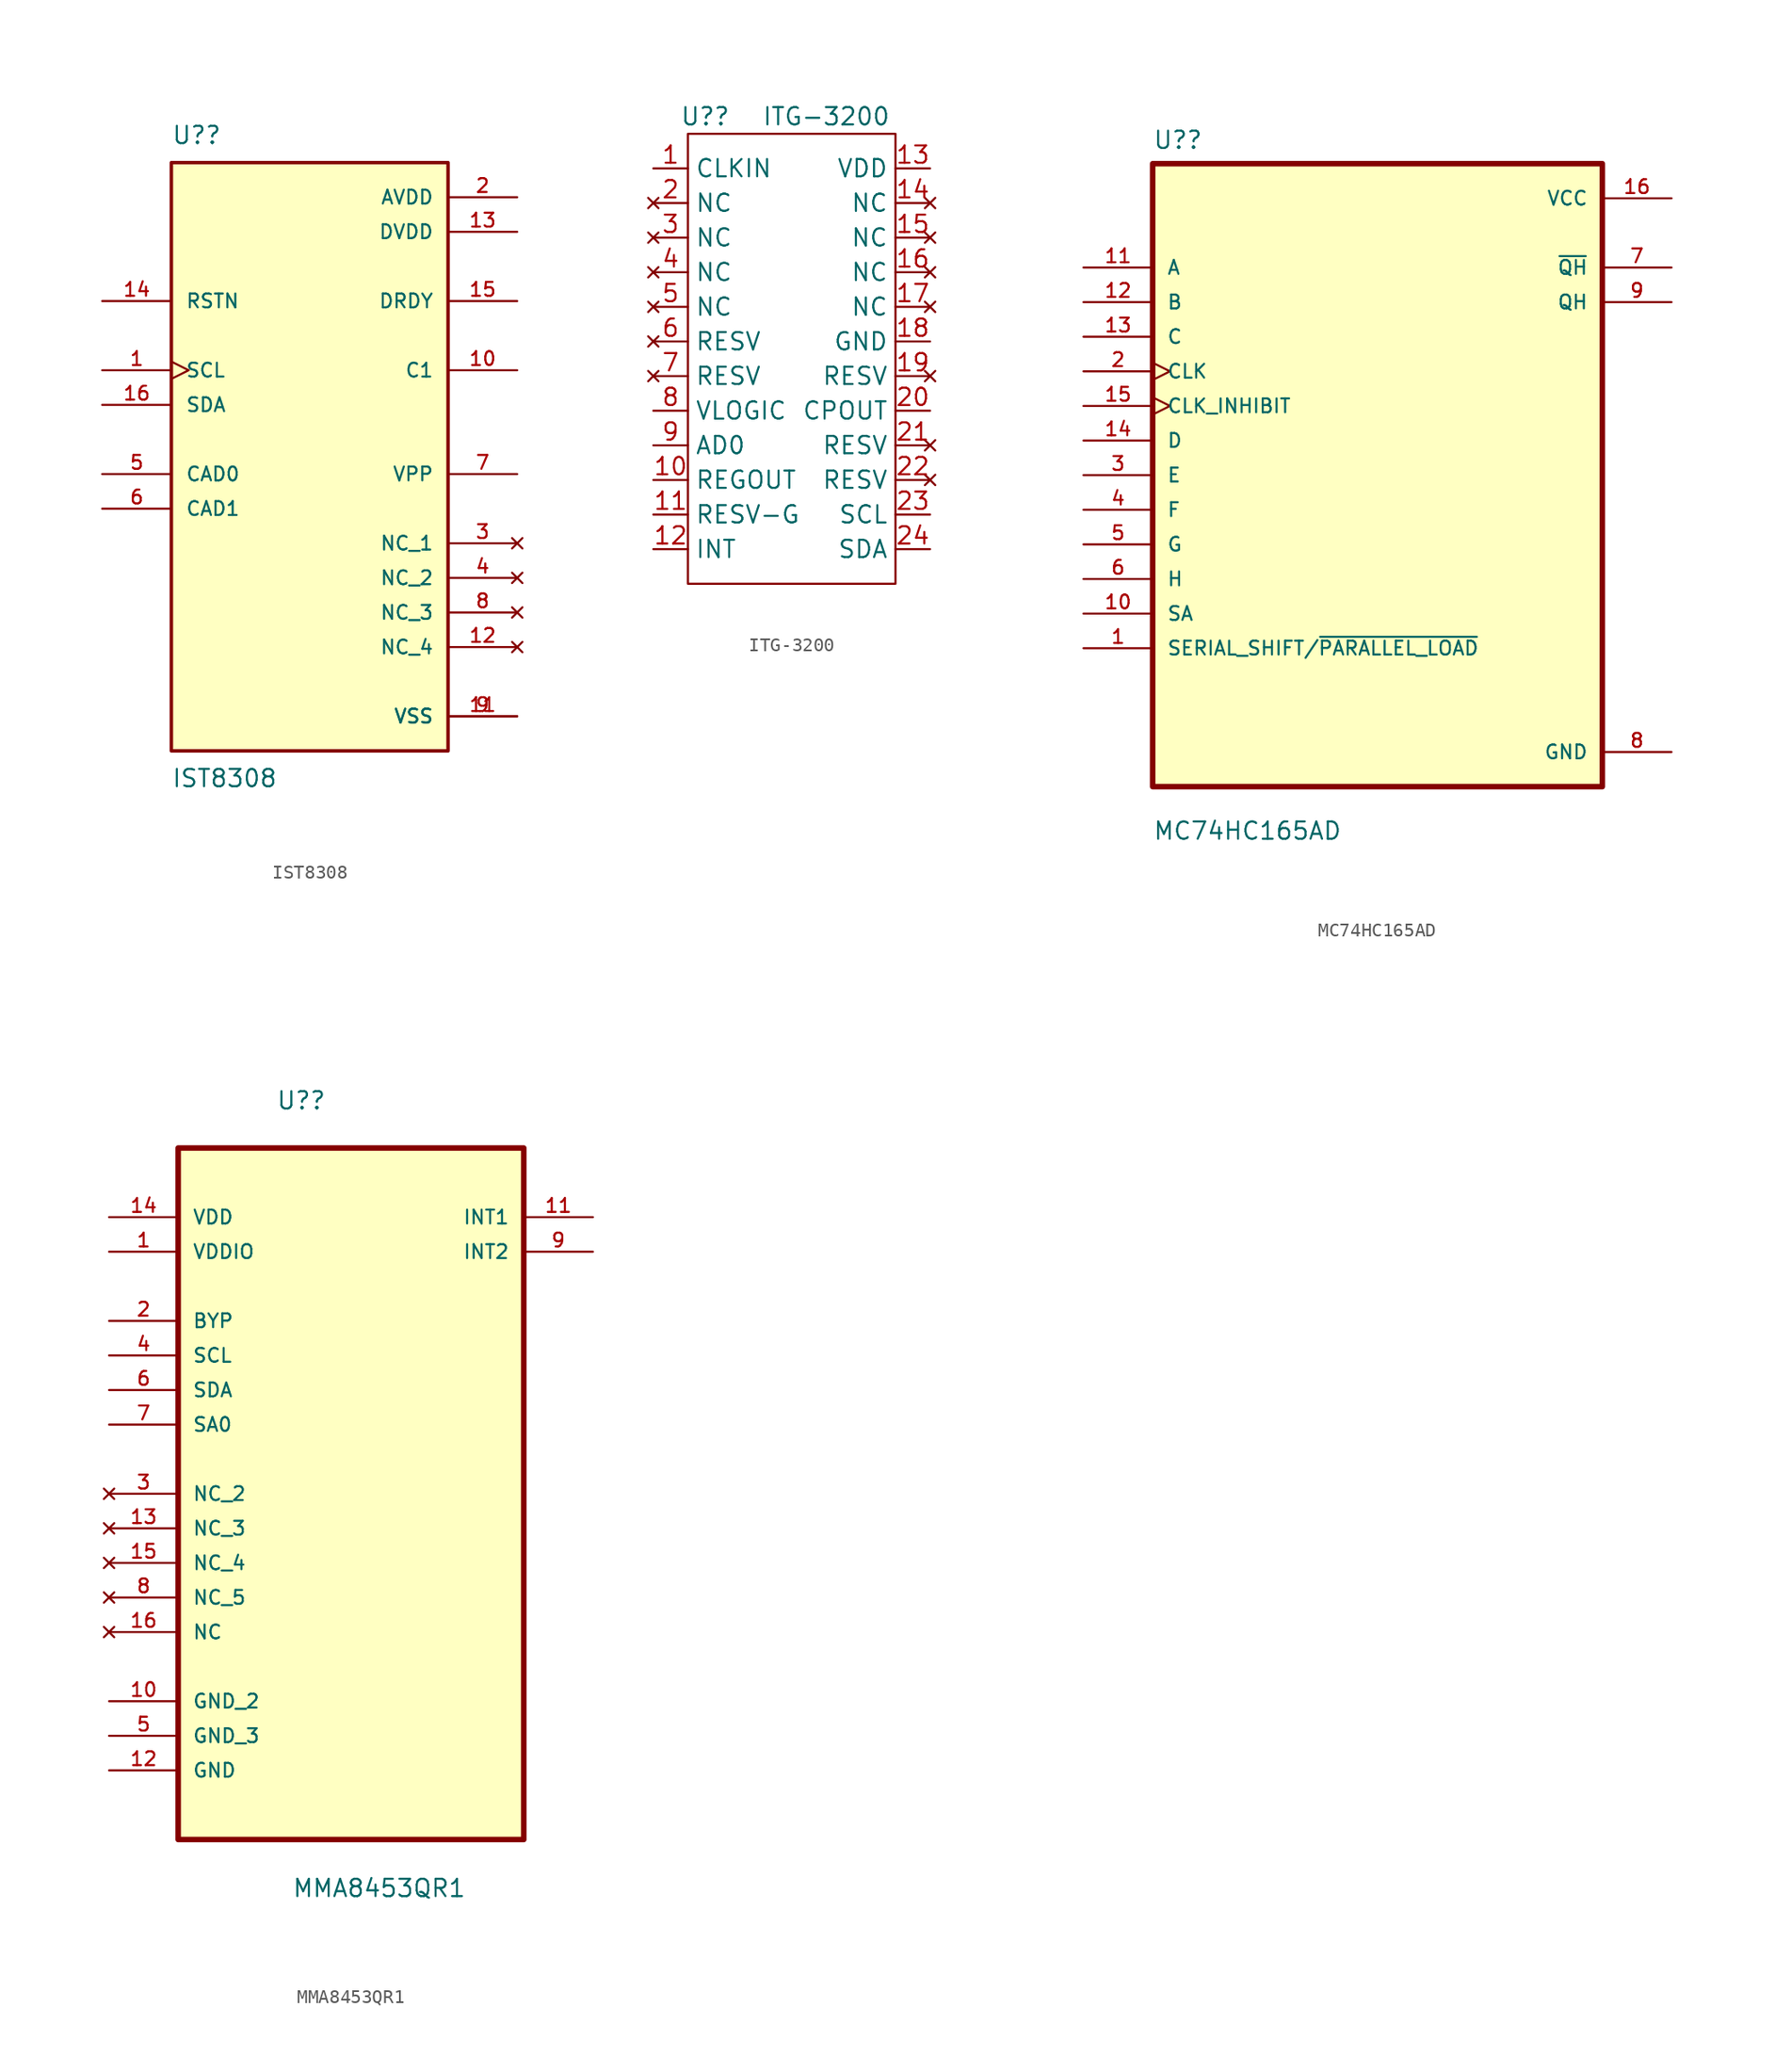
<source format=kicad_sym>
(kicad_symbol_lib
  (version 20220914)
  (generator kicad_symbol_editor)
  (symbol "IST8308"
    (pin_names
      (offset 1.016))
    (property "Reference" "U?"
      (at -10.16 21.59 0)
      (effects (font (size 1.27 1.27)) (justify left bottom)))
    (property "Value" "IST8308"
      (at -10.16 -24.13 0)
      (effects (font (size 1.27 1.27)) (justify left top)))
    (symbol "IST8308_0_0"
      (rectangle (start -10.16 -22.86) (end 10.16 20.32) (stroke (width 0.254) (type default)) (fill (type background)))
      (pin input clock (at -15.24 5.08 0) (length 5.08) (name "SCL" (effects (font (size 1.016 1.016)))) (number "1" (effects (font (size 1.016 1.016)))))
      (pin passive line (at 15.24 5.08 180) (length 5.08) (name "C1" (effects (font (size 1.016 1.016)))) (number "10" (effects (font (size 1.016 1.016)))))
      (pin power_in line (at 15.24 -20.32 180) (length 5.08) (name "VSS" (effects (font (size 1.016 1.016)))) (number "11" (effects (font (size 1.016 1.016)))))
      (pin no_connect line (at 15.24 -15.24 180) (length 5.08) (name "NC_4" (effects (font (size 1.016 1.016)))) (number "12" (effects (font (size 1.016 1.016)))))
      (pin power_in line (at 15.24 15.24 180) (length 5.08) (name "DVDD" (effects (font (size 1.016 1.016)))) (number "13" (effects (font (size 1.016 1.016)))))
      (pin input line (at -15.24 10.16 0) (length 5.08) (name "RSTN" (effects (font (size 1.016 1.016)))) (number "14" (effects (font (size 1.016 1.016)))))
      (pin output line (at 15.24 10.16 180) (length 5.08) (name "DRDY" (effects (font (size 1.016 1.016)))) (number "15" (effects (font (size 1.016 1.016)))))
      (pin bidirectional line (at -15.24 2.54 0) (length 5.08) (name "SDA" (effects (font (size 1.016 1.016)))) (number "16" (effects (font (size 1.016 1.016)))))
      (pin power_in line (at 15.24 17.78 180) (length 5.08) (name "AVDD" (effects (font (size 1.016 1.016)))) (number "2" (effects (font (size 1.016 1.016)))))
      (pin no_connect line (at 15.24 -7.62 180) (length 5.08) (name "NC_1" (effects (font (size 1.016 1.016)))) (number "3" (effects (font (size 1.016 1.016)))))
      (pin no_connect line (at 15.24 -10.16 180) (length 5.08) (name "NC_2" (effects (font (size 1.016 1.016)))) (number "4" (effects (font (size 1.016 1.016)))))
      (pin input line (at -15.24 -2.54 0) (length 5.08) (name "CAD0" (effects (font (size 1.016 1.016)))) (number "5" (effects (font (size 1.016 1.016)))))
      (pin input line (at -15.24 -5.08 0) (length 5.08) (name "CAD1" (effects (font (size 1.016 1.016)))) (number "6" (effects (font (size 1.016 1.016)))))
      (pin passive line (at 15.24 -2.54 180) (length 5.08) (name "VPP" (effects (font (size 1.016 1.016)))) (number "7" (effects (font (size 1.016 1.016)))))
      (pin no_connect line (at 15.24 -12.7 180) (length 5.08) (name "NC_3" (effects (font (size 1.016 1.016)))) (number "8" (effects (font (size 1.016 1.016)))))
      (pin power_in line (at 15.24 -20.32 180) (length 5.08) (name "VSS" (effects (font (size 1.016 1.016)))) (number "9" (effects (font (size 1.016 1.016)))))))
  (symbol "ITG-3200"
    (property "Reference" "U?"
      (at -7.62 7.62 0)
      (effects (font (size 1.27 1.27))))
    (property "Value" "ITG-3200"
      (at 1.27 7.62 0)
      (effects (font (size 1.27 1.27))))
    (symbol "ITG-3200_0_1"
      (rectangle (start -8.89 6.35) (end 6.35 -26.67) (stroke (width 0) (type default)) (fill (type none))))
    (symbol "ITG-3200_1_1"
      (pin input line (at -11.43 3.81 0) (length 2.54) (name "CLKIN" (effects (font (size 1.27 1.27)))) (number "1" (effects (font (size 1.27 1.27)))))
      (pin input line (at -11.43 -19.05 0) (length 2.54) (name "REGOUT" (effects (font (size 1.27 1.27)))) (number "10" (effects (font (size 1.27 1.27)))))
      (pin input line (at -11.43 -21.59 0) (length 2.54) (name "RESV-G" (effects (font (size 1.27 1.27)))) (number "11" (effects (font (size 1.27 1.27)))))
      (pin output line (at -11.43 -24.13 0) (length 2.54) (name "INT" (effects (font (size 1.27 1.27)))) (number "12" (effects (font (size 1.27 1.27)))))
      (pin input line (at 8.89 3.81 180) (length 2.54) (name "VDD" (effects (font (size 1.27 1.27)))) (number "13" (effects (font (size 1.27 1.27)))))
      (pin no_connect line (at 8.89 1.27 180) (length 2.54) (name "NC" (effects (font (size 1.27 1.27)))) (number "14" (effects (font (size 1.27 1.27)))))
      (pin no_connect line (at 8.89 -1.27 180) (length 2.54) (name "NC" (effects (font (size 1.27 1.27)))) (number "15" (effects (font (size 1.27 1.27)))))
      (pin no_connect line (at 8.89 -3.81 180) (length 2.54) (name "NC" (effects (font (size 1.27 1.27)))) (number "16" (effects (font (size 1.27 1.27)))))
      (pin no_connect line (at 8.89 -6.35 180) (length 2.54) (name "NC" (effects (font (size 1.27 1.27)))) (number "17" (effects (font (size 1.27 1.27)))))
      (pin input line (at 8.89 -8.89 180) (length 2.54) (name "GND" (effects (font (size 1.27 1.27)))) (number "18" (effects (font (size 1.27 1.27)))))
      (pin no_connect line (at 8.89 -11.43 180) (length 2.54) (name "RESV" (effects (font (size 1.27 1.27)))) (number "19" (effects (font (size 1.27 1.27)))))
      (pin no_connect line (at -11.43 1.27 0) (length 2.54) (name "NC" (effects (font (size 1.27 1.27)))) (number "2" (effects (font (size 1.27 1.27)))))
      (pin input line (at 8.89 -13.97 180) (length 2.54) (name "CPOUT" (effects (font (size 1.27 1.27)))) (number "20" (effects (font (size 1.27 1.27)))))
      (pin no_connect line (at 8.89 -16.51 180) (length 2.54) (name "RESV" (effects (font (size 1.27 1.27)))) (number "21" (effects (font (size 1.27 1.27)))))
      (pin no_connect line (at 8.89 -19.05 180) (length 2.54) (name "RESV" (effects (font (size 1.27 1.27)))) (number "22" (effects (font (size 1.27 1.27)))))
      (pin input line (at 8.89 -21.59 180) (length 2.54) (name "SCL" (effects (font (size 1.27 1.27)))) (number "23" (effects (font (size 1.27 1.27)))))
      (pin output line (at 8.89 -24.13 180) (length 2.54) (name "SDA" (effects (font (size 1.27 1.27)))) (number "24" (effects (font (size 1.27 1.27)))))
      (pin no_connect line (at -11.43 -1.27 0) (length 2.54) (name "NC" (effects (font (size 1.27 1.27)))) (number "3" (effects (font (size 1.27 1.27)))))
      (pin no_connect line (at -11.43 -3.81 0) (length 2.54) (name "NC" (effects (font (size 1.27 1.27)))) (number "4" (effects (font (size 1.27 1.27)))))
      (pin no_connect line (at -11.43 -6.35 0) (length 2.54) (name "NC" (effects (font (size 1.27 1.27)))) (number "5" (effects (font (size 1.27 1.27)))))
      (pin no_connect line (at -11.43 -8.89 0) (length 2.54) (name "RESV" (effects (font (size 1.27 1.27)))) (number "6" (effects (font (size 1.27 1.27)))))
      (pin no_connect line (at -11.43 -11.43 0) (length 2.54) (name "RESV" (effects (font (size 1.27 1.27)))) (number "7" (effects (font (size 1.27 1.27)))))
      (pin input line (at -11.43 -13.97 0) (length 2.54) (name "VLOGIC" (effects (font (size 1.27 1.27)))) (number "8" (effects (font (size 1.27 1.27)))))
      (pin input line (at -11.43 -16.51 0) (length 2.54) (name "AD0" (effects (font (size 1.27 1.27)))) (number "9" (effects (font (size 1.27 1.27)))))))
  (symbol "MC74HC165AD"
    (pin_names
      (offset 1.016))
    (property "Reference" "U?"
      (at -16.51 23.851 0)
      (effects (font (size 1.27 1.27)) (justify left bottom)))
    (property "Value" "MC74HC165AD"
      (at -16.51 -26.848 0)
      (effects (font (size 1.27 1.27)) (justify left bottom)))
    (symbol "MC74HC165AD_0_0"
      (rectangle (start -16.51 22.86) (end 16.51 -22.86) (stroke (width 0.406) (type default)) (fill (type background)))
      (pin input line (at -21.59 -12.7 0) (length 5.08) (name "SERIAL_SHIFT/~{PARALLEL_LOAD}" (effects (font (size 1.016 1.016)))) (number "1" (effects (font (size 1.016 1.016)))))
      (pin input line (at -21.59 -10.16 0) (length 5.08) (name "SA" (effects (font (size 1.016 1.016)))) (number "10" (effects (font (size 1.016 1.016)))))
      (pin input line (at -21.59 15.24 0) (length 5.08) (name "A" (effects (font (size 1.016 1.016)))) (number "11" (effects (font (size 1.016 1.016)))))
      (pin input line (at -21.59 12.7 0) (length 5.08) (name "B" (effects (font (size 1.016 1.016)))) (number "12" (effects (font (size 1.016 1.016)))))
      (pin input line (at -21.59 10.16 0) (length 5.08) (name "C" (effects (font (size 1.016 1.016)))) (number "13" (effects (font (size 1.016 1.016)))))
      (pin input line (at -21.59 2.54 0) (length 5.08) (name "D" (effects (font (size 1.016 1.016)))) (number "14" (effects (font (size 1.016 1.016)))))
      (pin input clock (at -21.59 5.08 0) (length 5.08) (name "CLK_INHIBIT" (effects (font (size 1.016 1.016)))) (number "15" (effects (font (size 1.016 1.016)))))
      (pin power_in line (at 21.59 20.32 180) (length 5.08) (name "VCC" (effects (font (size 1.016 1.016)))) (number "16" (effects (font (size 1.016 1.016)))))
      (pin input clock (at -21.59 7.62 0) (length 5.08) (name "CLK" (effects (font (size 1.016 1.016)))) (number "2" (effects (font (size 1.016 1.016)))))
      (pin input line (at -21.59 0 0) (length 5.08) (name "E" (effects (font (size 1.016 1.016)))) (number "3" (effects (font (size 1.016 1.016)))))
      (pin input line (at -21.59 -2.54 0) (length 5.08) (name "F" (effects (font (size 1.016 1.016)))) (number "4" (effects (font (size 1.016 1.016)))))
      (pin input line (at -21.59 -5.08 0) (length 5.08) (name "G" (effects (font (size 1.016 1.016)))) (number "5" (effects (font (size 1.016 1.016)))))
      (pin input line (at -21.59 -7.62 0) (length 5.08) (name "H" (effects (font (size 1.016 1.016)))) (number "6" (effects (font (size 1.016 1.016)))))
      (pin output line (at 21.59 15.24 180) (length 5.08) (name "~{QH}" (effects (font (size 1.016 1.016)))) (number "7" (effects (font (size 1.016 1.016)))))
      (pin power_in line (at 21.59 -20.32 180) (length 5.08) (name "GND" (effects (font (size 1.016 1.016)))) (number "8" (effects (font (size 1.016 1.016)))))
      (pin output line (at 21.59 12.7 180) (length 5.08) (name "QH" (effects (font (size 1.016 1.016)))) (number "9" (effects (font (size 1.016 1.016)))))))
  (symbol "MMA8453QR1"
    (pin_names
      (offset 1.016))
    (property "Reference" "U?"
      (at -5.512 25.603 0)
      (effects (font (size 1.27 1.27)) (justify left bottom)))
    (property "Value" "MMA8453QR1"
      (at -4.343 -32.258 0)
      (effects (font (size 1.27 1.27)) (justify left bottom)))
    (symbol "MMA8453QR1_0_0"
      (rectangle (start -12.7 -27.94) (end 12.7 22.86) (stroke (width 0.406) (type default)) (fill (type background)))
      (pin power_in line (at -17.78 15.24 0) (length 5.08) (name "VDDIO" (effects (font (size 1.016 1.016)))) (number "1" (effects (font (size 1.016 1.016)))))
      (pin passive line (at -17.78 -17.78 0) (length 5.08) (name "GND_2" (effects (font (size 1.016 1.016)))) (number "10" (effects (font (size 1.016 1.016)))))
      (pin output line (at 17.78 17.78 180) (length 5.08) (name "INT1" (effects (font (size 1.016 1.016)))) (number "11" (effects (font (size 1.016 1.016)))))
      (pin passive line (at -17.78 -22.86 0) (length 5.08) (name "GND" (effects (font (size 1.016 1.016)))) (number "12" (effects (font (size 1.016 1.016)))))
      (pin no_connect line (at -17.78 -5.08 0) (length 5.08) (name "NC_3" (effects (font (size 1.016 1.016)))) (number "13" (effects (font (size 1.016 1.016)))))
      (pin power_in line (at -17.78 17.78 0) (length 5.08) (name "VDD" (effects (font (size 1.016 1.016)))) (number "14" (effects (font (size 1.016 1.016)))))
      (pin no_connect line (at -17.78 -7.62 0) (length 5.08) (name "NC_4" (effects (font (size 1.016 1.016)))) (number "15" (effects (font (size 1.016 1.016)))))
      (pin no_connect line (at -17.78 -12.7 0) (length 5.08) (name "NC" (effects (font (size 1.016 1.016)))) (number "16" (effects (font (size 1.016 1.016)))))
      (pin input line (at -17.78 10.16 0) (length 5.08) (name "BYP" (effects (font (size 1.016 1.016)))) (number "2" (effects (font (size 1.016 1.016)))))
      (pin no_connect line (at -17.78 -2.54 0) (length 5.08) (name "NC_2" (effects (font (size 1.016 1.016)))) (number "3" (effects (font (size 1.016 1.016)))))
      (pin input line (at -17.78 7.62 0) (length 5.08) (name "SCL" (effects (font (size 1.016 1.016)))) (number "4" (effects (font (size 1.016 1.016)))))
      (pin passive line (at -17.78 -20.32 0) (length 5.08) (name "GND_3" (effects (font (size 1.016 1.016)))) (number "5" (effects (font (size 1.016 1.016)))))
      (pin input line (at -17.78 5.08 0) (length 5.08) (name "SDA" (effects (font (size 1.016 1.016)))) (number "6" (effects (font (size 1.016 1.016)))))
      (pin input line (at -17.78 2.54 0) (length 5.08) (name "SA0" (effects (font (size 1.016 1.016)))) (number "7" (effects (font (size 1.016 1.016)))))
      (pin no_connect line (at -17.78 -10.16 0) (length 5.08) (name "NC_5" (effects (font (size 1.016 1.016)))) (number "8" (effects (font (size 1.016 1.016)))))
      (pin output line (at 17.78 15.24 180) (length 5.08) (name "INT2" (effects (font (size 1.016 1.016)))) (number "9" (effects (font (size 1.016 1.016))))))))
</source>
